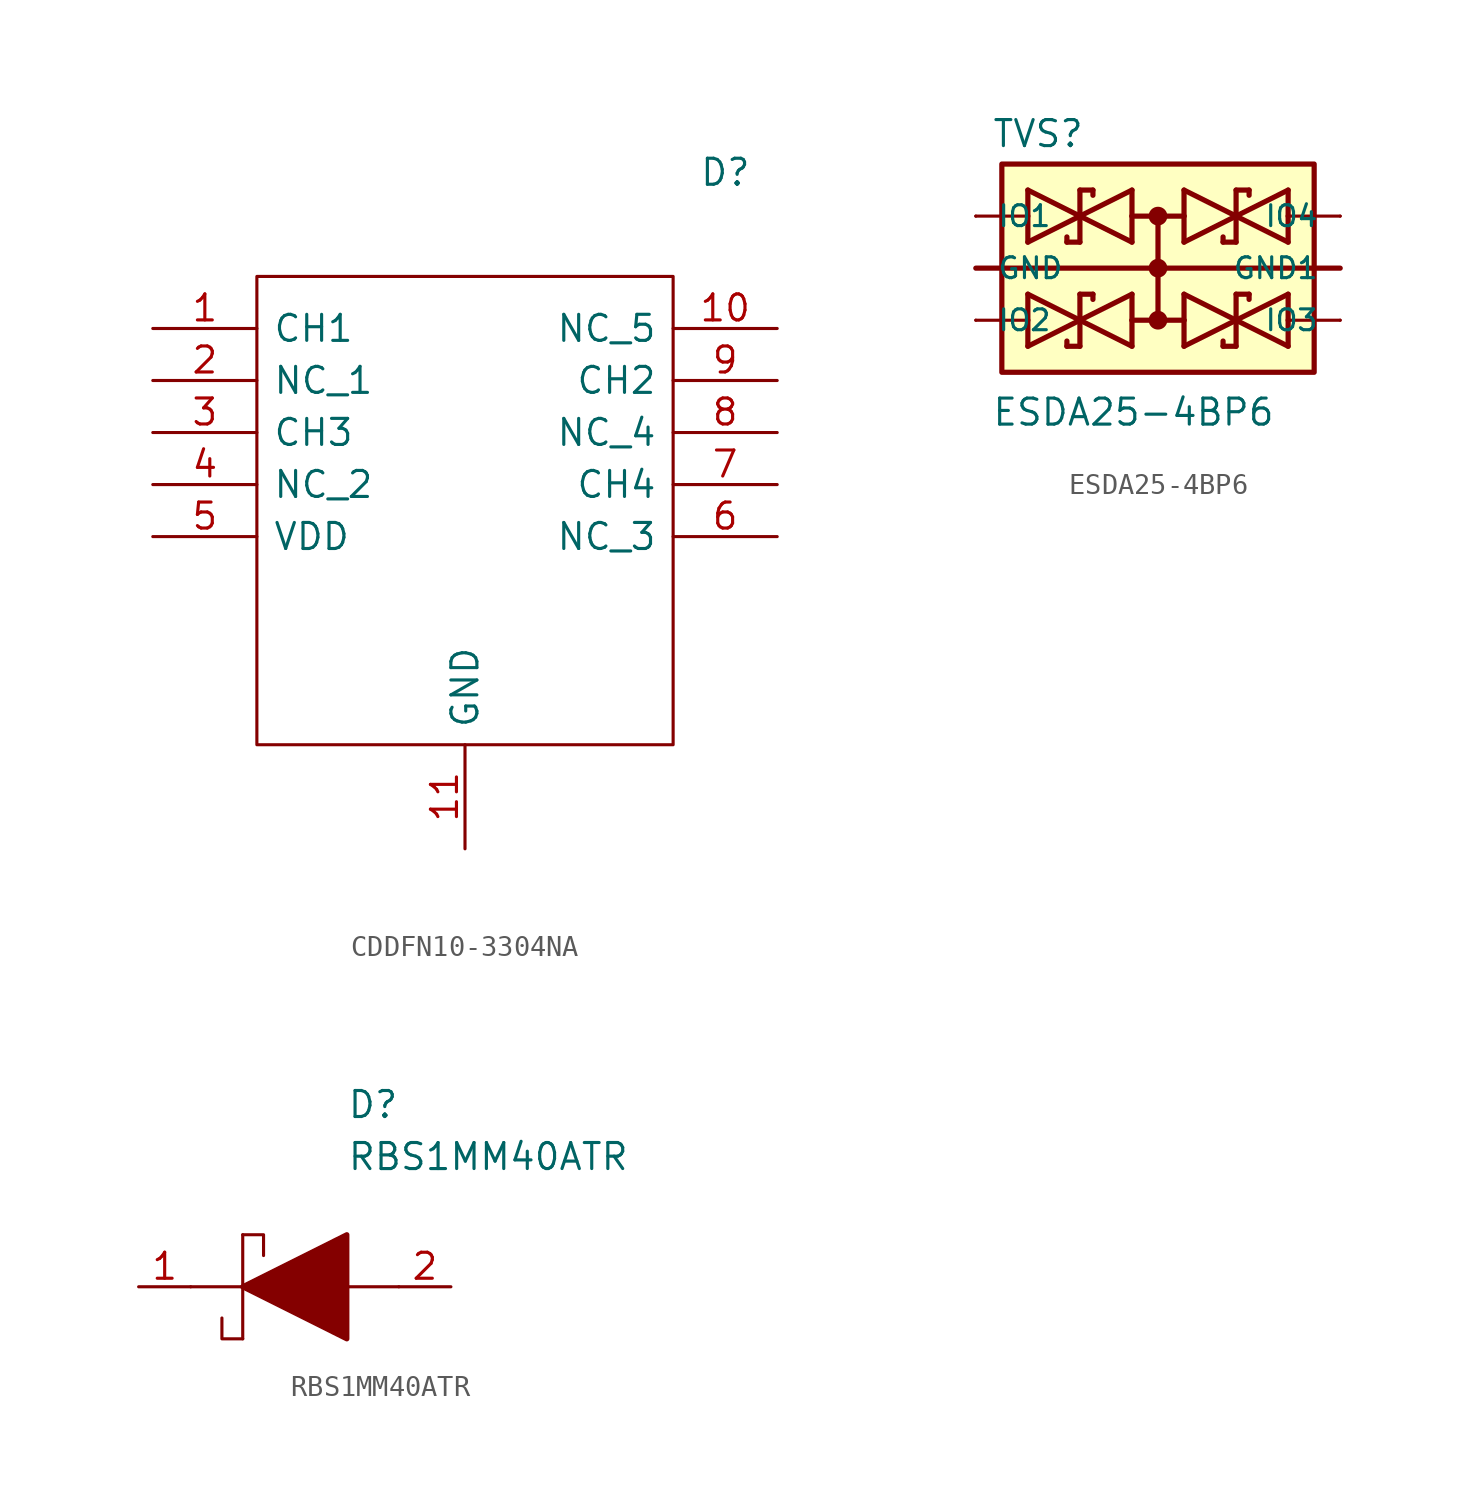
<source format=kicad_sym>
(kicad_symbol_lib
  (version 20211014)
  (generator kicad_symbol_editor)
  (symbol "CDDFN10-3304NA"
    (pin_names
      (offset 0.762))
    (property "Reference" "D"
      (at 26.67 7.62 0)
      (effects (font (size 1.27 1.27)) (justify left)))
    (symbol "CDDFN10-3304NA_0_0"
      (pin bidirectional line (at 0 0 0) (length 5.08) (name "CH1" (effects (font (size 1.27 1.27)))) (number "1" (effects (font (size 1.27 1.27)))))
      (pin passive line (at 30.48 0 180) (length 5.08) (name "NC_5" (effects (font (size 1.27 1.27)))) (number "10" (effects (font (size 1.27 1.27)))))
      (pin power_in line (at 15.24 -25.4 90) (length 5.08) (name "GND" (effects (font (size 1.27 1.27)))) (number "11" (effects (font (size 1.27 1.27)))))
      (pin passive line (at 0 -2.54 0) (length 5.08) (name "NC_1" (effects (font (size 1.27 1.27)))) (number "2" (effects (font (size 1.27 1.27)))))
      (pin bidirectional line (at 0 -5.08 0) (length 5.08) (name "CH3" (effects (font (size 1.27 1.27)))) (number "3" (effects (font (size 1.27 1.27)))))
      (pin passive line (at 0 -7.62 0) (length 5.08) (name "NC_2" (effects (font (size 1.27 1.27)))) (number "4" (effects (font (size 1.27 1.27)))))
      (pin power_in line (at 0 -10.16 0) (length 5.08) (name "VDD" (effects (font (size 1.27 1.27)))) (number "5" (effects (font (size 1.27 1.27)))))
      (pin passive line (at 30.48 -10.16 180) (length 5.08) (name "NC_3" (effects (font (size 1.27 1.27)))) (number "6" (effects (font (size 1.27 1.27)))))
      (pin bidirectional line (at 30.48 -7.62 180) (length 5.08) (name "CH4" (effects (font (size 1.27 1.27)))) (number "7" (effects (font (size 1.27 1.27)))))
      (pin passive line (at 30.48 -5.08 180) (length 5.08) (name "NC_4" (effects (font (size 1.27 1.27)))) (number "8" (effects (font (size 1.27 1.27)))))
      (pin bidirectional line (at 30.48 -2.54 180) (length 5.08) (name "CH2" (effects (font (size 1.27 1.27)))) (number "9" (effects (font (size 1.27 1.27))))))
    (symbol "CDDFN10-3304NA_0_1"
      (polyline (pts (xy 5.08 2.54) (xy 25.4 2.54) (xy 25.4 -20.32) (xy 5.08 -20.32) (xy 5.08 2.54)) (stroke (width 0.152) (type default) (color 0 0 0 0)) (fill (type none)))))
  (symbol "ESDA25-4BP6"
    (pin_numbers hide)
    (pin_names
      (offset 1.016))
    (property "Reference" "TVS"
      (at -8.128 5.817 0)
      (effects (font (size 1.27 1.27)) (justify left bottom)))
    (property "Value" "ESDA25-4BP6"
      (at -8.128 -7.772 0)
      (effects (font (size 1.27 1.27)) (justify left bottom)))
    (symbol "ESDA25-4BP6_0_0"
      (rectangle (start -7.62 -5.08) (end 7.62 5.08) (stroke (width 0.254) (type default) (color 0 0 0 0)) (fill (type background)))
      (circle (center 0 -2.54) (radius 0.254) (stroke (width 0.406) (type default) (color 0 0 0 0)) (fill (type none)))
      (polyline (pts (xy -8.89 -2.54) (xy -6.35 -2.54)) (stroke (width 0.152) (type default) (color 0 0 0 0)) (fill (type none)))
      (polyline (pts (xy -8.89 0) (xy 0 0)) (stroke (width 0.254) (type default) (color 0 0 0 0)) (fill (type none)))
      (polyline (pts (xy -8.89 2.54) (xy -6.35 2.54)) (stroke (width 0.152) (type default) (color 0 0 0 0)) (fill (type none)))
      (polyline (pts (xy -6.35 -3.81) (xy -3.81 -2.54)) (stroke (width 0.254) (type default) (color 0 0 0 0)) (fill (type none)))
      (polyline (pts (xy -6.35 -2.54) (xy -6.35 -3.81)) (stroke (width 0.254) (type default) (color 0 0 0 0)) (fill (type none)))
      (polyline (pts (xy -6.35 -1.27) (xy -6.35 -2.54)) (stroke (width 0.254) (type default) (color 0 0 0 0)) (fill (type none)))
      (polyline (pts (xy -6.35 1.27) (xy -3.81 2.54)) (stroke (width 0.254) (type default) (color 0 0 0 0)) (fill (type none)))
      (polyline (pts (xy -6.35 2.54) (xy -6.35 1.27)) (stroke (width 0.254) (type default) (color 0 0 0 0)) (fill (type none)))
      (polyline (pts (xy -6.35 3.81) (xy -6.35 2.54)) (stroke (width 0.254) (type default) (color 0 0 0 0)) (fill (type none)))
      (polyline (pts (xy -4.445 -3.556) (xy -4.445 -3.81)) (stroke (width 0.254) (type default) (color 0 0 0 0)) (fill (type none)))
      (polyline (pts (xy -4.445 1.524) (xy -4.445 1.27)) (stroke (width 0.254) (type default) (color 0 0 0 0)) (fill (type none)))
      (polyline (pts (xy -3.81 -3.81) (xy -4.445 -3.81)) (stroke (width 0.254) (type default) (color 0 0 0 0)) (fill (type none)))
      (polyline (pts (xy -3.81 -2.54) (xy -6.35 -1.27)) (stroke (width 0.254) (type default) (color 0 0 0 0)) (fill (type none)))
      (polyline (pts (xy -3.81 -2.54) (xy -3.81 -3.81)) (stroke (width 0.254) (type default) (color 0 0 0 0)) (fill (type none)))
      (polyline (pts (xy -3.81 -2.54) (xy -1.27 -1.27)) (stroke (width 0.254) (type default) (color 0 0 0 0)) (fill (type none)))
      (polyline (pts (xy -3.81 -1.27) (xy -3.81 -2.54)) (stroke (width 0.254) (type default) (color 0 0 0 0)) (fill (type none)))
      (polyline (pts (xy -3.81 1.27) (xy -4.445 1.27)) (stroke (width 0.254) (type default) (color 0 0 0 0)) (fill (type none)))
      (polyline (pts (xy -3.81 2.54) (xy -6.35 3.81)) (stroke (width 0.254) (type default) (color 0 0 0 0)) (fill (type none)))
      (polyline (pts (xy -3.81 2.54) (xy -3.81 1.27)) (stroke (width 0.254) (type default) (color 0 0 0 0)) (fill (type none)))
      (polyline (pts (xy -3.81 2.54) (xy -1.27 3.81)) (stroke (width 0.254) (type default) (color 0 0 0 0)) (fill (type none)))
      (polyline (pts (xy -3.81 3.81) (xy -3.81 2.54)) (stroke (width 0.254) (type default) (color 0 0 0 0)) (fill (type none)))
      (polyline (pts (xy -3.175 -1.524) (xy -3.175 -1.27)) (stroke (width 0.254) (type default) (color 0 0 0 0)) (fill (type none)))
      (polyline (pts (xy -3.175 -1.27) (xy -3.81 -1.27)) (stroke (width 0.254) (type default) (color 0 0 0 0)) (fill (type none)))
      (polyline (pts (xy -3.175 3.556) (xy -3.175 3.81)) (stroke (width 0.254) (type default) (color 0 0 0 0)) (fill (type none)))
      (polyline (pts (xy -3.175 3.81) (xy -3.81 3.81)) (stroke (width 0.254) (type default) (color 0 0 0 0)) (fill (type none)))
      (polyline (pts (xy -1.27 -3.81) (xy -3.81 -2.54)) (stroke (width 0.254) (type default) (color 0 0 0 0)) (fill (type none)))
      (polyline (pts (xy -1.27 -2.54) (xy -1.27 -3.81)) (stroke (width 0.254) (type default) (color 0 0 0 0)) (fill (type none)))
      (polyline (pts (xy -1.27 -2.54) (xy 0 -2.54)) (stroke (width 0.254) (type default) (color 0 0 0 0)) (fill (type none)))
      (polyline (pts (xy -1.27 -1.27) (xy -1.27 -2.54)) (stroke (width 0.254) (type default) (color 0 0 0 0)) (fill (type none)))
      (polyline (pts (xy -1.27 1.27) (xy -3.81 2.54)) (stroke (width 0.254) (type default) (color 0 0 0 0)) (fill (type none)))
      (polyline (pts (xy -1.27 2.54) (xy -1.27 1.27)) (stroke (width 0.254) (type default) (color 0 0 0 0)) (fill (type none)))
      (polyline (pts (xy -1.27 2.54) (xy 0 2.54)) (stroke (width 0.254) (type default) (color 0 0 0 0)) (fill (type none)))
      (polyline (pts (xy -1.27 3.81) (xy -1.27 2.54)) (stroke (width 0.254) (type default) (color 0 0 0 0)) (fill (type none)))
      (polyline (pts (xy 0 -2.54) (xy 1.27 -2.54)) (stroke (width 0.254) (type default) (color 0 0 0 0)) (fill (type none)))
      (polyline (pts (xy 0 0) (xy 0 -2.54)) (stroke (width 0.254) (type default) (color 0 0 0 0)) (fill (type none)))
      (polyline (pts (xy 0 0) (xy 8.89 0)) (stroke (width 0.254) (type default) (color 0 0 0 0)) (fill (type none)))
      (polyline (pts (xy 0 2.54) (xy 0 0)) (stroke (width 0.254) (type default) (color 0 0 0 0)) (fill (type none)))
      (polyline (pts (xy 0 2.54) (xy 1.27 2.54)) (stroke (width 0.254) (type default) (color 0 0 0 0)) (fill (type none)))
      (polyline (pts (xy 1.27 -3.81) (xy 1.27 -2.54)) (stroke (width 0.254) (type default) (color 0 0 0 0)) (fill (type none)))
      (polyline (pts (xy 1.27 -2.54) (xy 1.27 -1.27)) (stroke (width 0.254) (type default) (color 0 0 0 0)) (fill (type none)))
      (polyline (pts (xy 1.27 -1.27) (xy 3.81 -2.54)) (stroke (width 0.254) (type default) (color 0 0 0 0)) (fill (type none)))
      (polyline (pts (xy 1.27 1.27) (xy 1.27 2.54)) (stroke (width 0.254) (type default) (color 0 0 0 0)) (fill (type none)))
      (polyline (pts (xy 1.27 2.54) (xy 1.27 3.81)) (stroke (width 0.254) (type default) (color 0 0 0 0)) (fill (type none)))
      (polyline (pts (xy 1.27 3.81) (xy 3.81 2.54)) (stroke (width 0.254) (type default) (color 0 0 0 0)) (fill (type none)))
      (polyline (pts (xy 3.175 -3.81) (xy 3.81 -3.81)) (stroke (width 0.254) (type default) (color 0 0 0 0)) (fill (type none)))
      (polyline (pts (xy 3.175 -3.556) (xy 3.175 -3.81)) (stroke (width 0.254) (type default) (color 0 0 0 0)) (fill (type none)))
      (polyline (pts (xy 3.175 1.27) (xy 3.81 1.27)) (stroke (width 0.254) (type default) (color 0 0 0 0)) (fill (type none)))
      (polyline (pts (xy 3.175 1.524) (xy 3.175 1.27)) (stroke (width 0.254) (type default) (color 0 0 0 0)) (fill (type none)))
      (polyline (pts (xy 3.81 -3.81) (xy 3.81 -2.54)) (stroke (width 0.254) (type default) (color 0 0 0 0)) (fill (type none)))
      (polyline (pts (xy 3.81 -2.54) (xy 1.27 -3.81)) (stroke (width 0.254) (type default) (color 0 0 0 0)) (fill (type none)))
      (polyline (pts (xy 3.81 -2.54) (xy 3.81 -1.27)) (stroke (width 0.254) (type default) (color 0 0 0 0)) (fill (type none)))
      (polyline (pts (xy 3.81 -2.54) (xy 6.35 -3.81)) (stroke (width 0.254) (type default) (color 0 0 0 0)) (fill (type none)))
      (polyline (pts (xy 3.81 -1.27) (xy 4.445 -1.27)) (stroke (width 0.254) (type default) (color 0 0 0 0)) (fill (type none)))
      (polyline (pts (xy 3.81 1.27) (xy 3.81 2.54)) (stroke (width 0.254) (type default) (color 0 0 0 0)) (fill (type none)))
      (polyline (pts (xy 3.81 2.54) (xy 1.27 1.27)) (stroke (width 0.254) (type default) (color 0 0 0 0)) (fill (type none)))
      (polyline (pts (xy 3.81 2.54) (xy 3.81 3.81)) (stroke (width 0.254) (type default) (color 0 0 0 0)) (fill (type none)))
      (polyline (pts (xy 3.81 2.54) (xy 6.35 1.27)) (stroke (width 0.254) (type default) (color 0 0 0 0)) (fill (type none)))
      (polyline (pts (xy 3.81 3.81) (xy 4.445 3.81)) (stroke (width 0.254) (type default) (color 0 0 0 0)) (fill (type none)))
      (polyline (pts (xy 4.445 -1.524) (xy 4.445 -1.27)) (stroke (width 0.254) (type default) (color 0 0 0 0)) (fill (type none)))
      (polyline (pts (xy 4.445 3.556) (xy 4.445 3.81)) (stroke (width 0.254) (type default) (color 0 0 0 0)) (fill (type none)))
      (polyline (pts (xy 6.35 -3.81) (xy 6.35 -2.54)) (stroke (width 0.254) (type default) (color 0 0 0 0)) (fill (type none)))
      (polyline (pts (xy 6.35 -2.54) (xy 6.35 -1.27)) (stroke (width 0.254) (type default) (color 0 0 0 0)) (fill (type none)))
      (polyline (pts (xy 6.35 -1.27) (xy 3.81 -2.54)) (stroke (width 0.254) (type default) (color 0 0 0 0)) (fill (type none)))
      (polyline (pts (xy 6.35 1.27) (xy 6.35 2.54)) (stroke (width 0.254) (type default) (color 0 0 0 0)) (fill (type none)))
      (polyline (pts (xy 6.35 2.54) (xy 6.35 3.81)) (stroke (width 0.254) (type default) (color 0 0 0 0)) (fill (type none)))
      (polyline (pts (xy 6.35 3.81) (xy 3.81 2.54)) (stroke (width 0.254) (type default) (color 0 0 0 0)) (fill (type none)))
      (polyline (pts (xy 8.89 -2.54) (xy 6.35 -2.54)) (stroke (width 0.152) (type default) (color 0 0 0 0)) (fill (type none)))
      (polyline (pts (xy 8.89 2.54) (xy 6.35 2.54)) (stroke (width 0.152) (type default) (color 0 0 0 0)) (fill (type none)))
      (circle (center 0 0) (radius 0.254) (stroke (width 0.406) (type default) (color 0 0 0 0)) (fill (type none)))
      (circle (center 0 2.54) (radius 0.254) (stroke (width 0.406) (type default) (color 0 0 0 0)) (fill (type none)))
      (pin bidirectional line (at -8.89 2.54 0) (length 0) (name "IO1" (effects (font (size 1.016 1.016)))) (number "1" (effects (font (size 1.016 1.016)))))
      (pin power_in line (at -8.89 0 0) (length 0) (name "GND" (effects (font (size 1.016 1.016)))) (number "2" (effects (font (size 1.016 1.016)))))
      (pin bidirectional line (at -8.89 -2.54 0) (length 0) (name "IO2" (effects (font (size 1.016 1.016)))) (number "3" (effects (font (size 1.016 1.016)))))
      (pin bidirectional line (at 8.89 -2.54 180) (length 0) (name "IO3" (effects (font (size 1.016 1.016)))) (number "4" (effects (font (size 1.016 1.016)))))
      (pin power_in line (at 8.89 0 180) (length 0) (name "GND1" (effects (font (size 1.016 1.016)))) (number "5" (effects (font (size 1.016 1.016)))))
      (pin bidirectional line (at 8.89 2.54 180) (length 0) (name "IO4" (effects (font (size 1.016 1.016)))) (number "6" (effects (font (size 1.016 1.016)))))))
  (symbol "RBS1MM40ATR"
    (pin_names
      (offset 0.762))
    (property "Reference" "D"
      (at 12.7 8.89 0)
      (effects (font (size 1.27 1.27)) (justify left)))
    (property "Value" "RBS1MM40ATR"
      (at 12.7 6.35 0)
      (effects (font (size 1.27 1.27)) (justify left)))
    (symbol "RBS1MM40ATR_0_0"
      (pin passive line (at 2.54 0 0) (length 2.54) (name "~" (effects (font (size 1.27 1.27)))) (number "1" (effects (font (size 1.27 1.27)))))
      (pin passive line (at 17.78 0 180) (length 2.54) (name "~" (effects (font (size 1.27 1.27)))) (number "2" (effects (font (size 1.27 1.27))))))
    (symbol "RBS1MM40ATR_0_1"
      (polyline (pts (xy 5.08 0) (xy 7.62 0)) (stroke (width 0.152) (type default) (color 0 0 0 0)) (fill (type none)))
      (polyline (pts (xy 7.62 2.54) (xy 7.62 -2.54)) (stroke (width 0.152) (type default) (color 0 0 0 0)) (fill (type none)))
      (polyline (pts (xy 12.7 0) (xy 15.24 0)) (stroke (width 0.152) (type default) (color 0 0 0 0)) (fill (type none)))
      (polyline (pts (xy 7.62 -2.54) (xy 6.604 -2.54) (xy 6.604 -1.524)) (stroke (width 0.152) (type default) (color 0 0 0 0)) (fill (type none)))
      (polyline (pts (xy 7.62 2.54) (xy 8.636 2.54) (xy 8.636 1.524)) (stroke (width 0.152) (type default) (color 0 0 0 0)) (fill (type none)))
      (polyline (pts (xy 7.62 0) (xy 12.7 2.54) (xy 12.7 -2.54) (xy 7.62 0)) (stroke (width 0.254) (type default) (color 0 0 0 0)) (fill (type outline))))))
</source>
